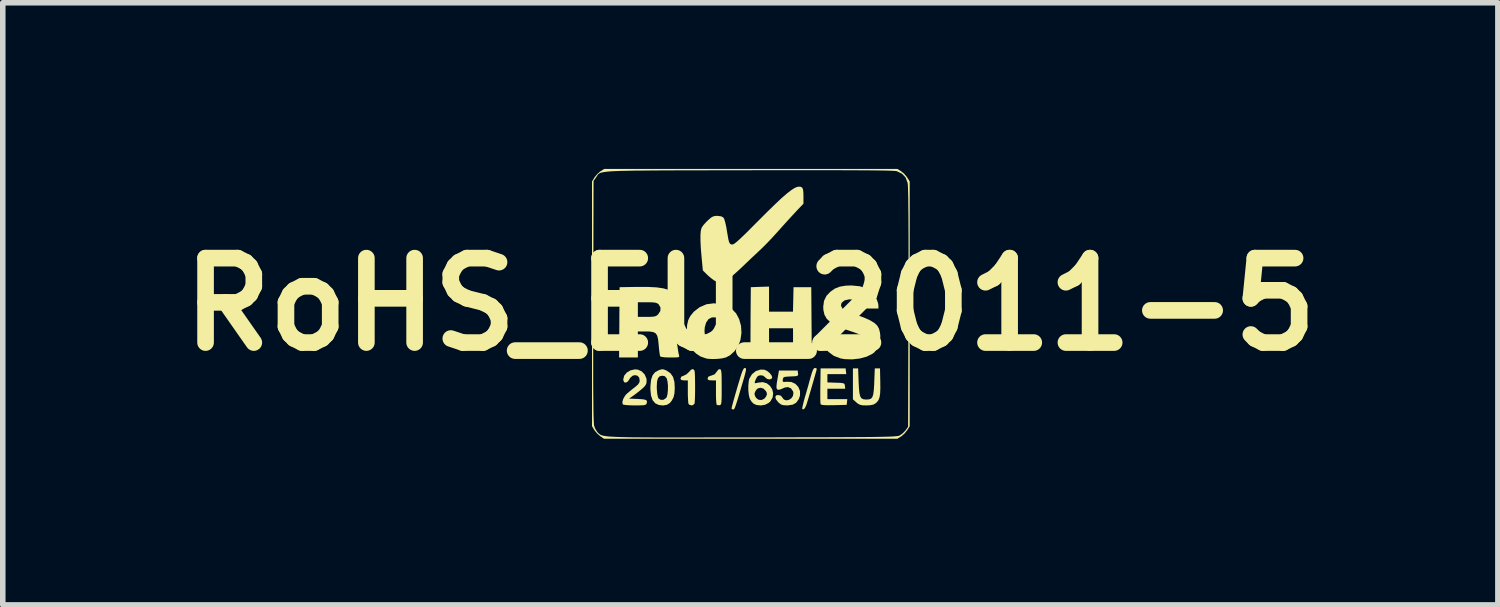
<source format=kicad_pcb>
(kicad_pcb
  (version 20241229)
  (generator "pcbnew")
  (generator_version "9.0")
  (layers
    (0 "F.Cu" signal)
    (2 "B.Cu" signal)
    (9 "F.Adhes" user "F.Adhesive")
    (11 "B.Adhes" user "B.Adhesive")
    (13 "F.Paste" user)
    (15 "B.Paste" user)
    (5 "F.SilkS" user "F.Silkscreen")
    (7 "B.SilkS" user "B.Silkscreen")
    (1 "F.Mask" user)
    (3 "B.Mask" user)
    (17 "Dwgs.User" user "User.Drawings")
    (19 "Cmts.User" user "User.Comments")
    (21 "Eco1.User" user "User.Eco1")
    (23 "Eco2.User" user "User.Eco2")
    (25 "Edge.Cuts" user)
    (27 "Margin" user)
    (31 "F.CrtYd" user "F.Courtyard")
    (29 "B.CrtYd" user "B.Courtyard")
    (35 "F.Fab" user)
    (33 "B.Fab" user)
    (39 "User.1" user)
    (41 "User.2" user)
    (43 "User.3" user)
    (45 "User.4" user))
  (footprint "RoHS_EU_2011-5"
    (layer "F.Cu")
    (at 10.494 2.444)
    (property "Reference" "RoHS_EU_2011-5" (at 0 0 0) (layer "F.SilkS") (effects (font (size 1.524 1.524) (thickness 0.3))))
    (attr board_only exclude_from_pos_files exclude_from_bom)
    (fp_poly (pts (xy 0.338 0.132) (xy 0.77 0.132) (xy 0.775 -0.089) (xy 0.78 -0.31) (xy 1.1 -0.31) (xy 1.105 0.324) (xy 1.11 0.959) (xy 0.771 0.959) (xy 0.771 0.432) (xy 0.338 0.432) (xy 0.338 0.959) (xy 0.178 0.959) (xy 0.088 0.957) (xy 0.033 0.949) (xy 0.009 0.937) (xy 0.009 0.935) (xy 0.006 0.911) (xy 0.005 0.854) (xy 0.004 0.769) (xy 0.003 0.66) (xy 0.003 0.532) (xy 0.004 0.39) (xy 0.004 0.301) (xy 0.009 -0.31) (xy 0.174 -0.316) (xy 0.338 -0.321)) (stroke (width 0) (type solid)) (fill yes) (layer "F.SilkS"))
    (fp_poly (pts (xy 1.197 1.157) (xy 1.197 1.18) (xy 1.174 1.26) (xy 1.147 1.356) (xy 1.117 1.46) (xy 1.087 1.563) (xy 1.059 1.659) (xy 1.035 1.74) (xy 1.017 1.799) (xy 1.009 1.822) (xy 0.984 1.874) (xy 0.957 1.896) (xy 0.937 1.89) (xy 0.938 1.868) (xy 0.948 1.819) (xy 0.965 1.75) (xy 0.982 1.687) (xy 1.013 1.581) (xy 1.046 1.465) (xy 1.076 1.356) (xy 1.086 1.321) (xy 1.11 1.238) (xy 1.13 1.185) (xy 1.147 1.157) (xy 1.166 1.147) (xy 1.17 1.147)) (stroke (width 0) (type solid)) (fill yes) (layer "F.SilkS"))
    (fp_poly (pts (xy -0.086 1.15) (xy -0.079 1.163) (xy -0.079 1.191) (xy -0.09 1.239) (xy -0.11 1.314) (xy -0.133 1.393) (xy -0.177 1.541) (xy -0.211 1.657) (xy -0.238 1.745) (xy -0.259 1.809) (xy -0.274 1.852) (xy -0.286 1.879) (xy -0.296 1.893) (xy -0.305 1.898) (xy -0.311 1.899) (xy -0.335 1.888) (xy -0.338 1.878) (xy -0.333 1.851) (xy -0.318 1.793) (xy -0.295 1.709) (xy -0.265 1.604) (xy -0.23 1.482) (xy -0.19 1.349) (xy -0.176 1.302) (xy -0.147 1.216) (xy -0.122 1.164) (xy -0.102 1.147)) (stroke (width 0) (type solid)) (fill yes) (layer "F.SilkS"))
    (fp_poly (pts (xy 1.726 1.208) (xy 1.732 1.26) (xy 1.391 1.26) (xy 1.391 1.409) (xy 1.546 1.414) (xy 1.622 1.417) (xy 1.669 1.422) (xy 1.693 1.431) (xy 1.704 1.447) (xy 1.707 1.471) (xy 1.713 1.523) (xy 1.391 1.523) (xy 1.391 1.711) (xy 1.751 1.711) (xy 1.745 1.763) (xy 1.739 1.814) (xy 1.508 1.82) (xy 1.406 1.821) (xy 1.336 1.819) (xy 1.293 1.814) (xy 1.272 1.805) (xy 1.268 1.8) (xy 1.265 1.774) (xy 1.263 1.717) (xy 1.263 1.636) (xy 1.263 1.538) (xy 1.264 1.466) (xy 1.269 1.156) (xy 1.72 1.156)) (stroke (width 0) (type solid)) (fill yes) (layer "F.SilkS"))
    (fp_poly (pts (xy -1.009 1.192) (xy -1.008 1.195) (xy -1.003 1.226) (xy -1 1.286) (xy -0.998 1.366) (xy -0.997 1.458) (xy -0.997 1.553) (xy -0.998 1.643) (xy -1.001 1.719) (xy -1.004 1.773) (xy -1.008 1.794) (xy -1.034 1.817) (xy -1.062 1.824) (xy -1.101 1.812) (xy -1.117 1.794) (xy -1.121 1.763) (xy -1.125 1.705) (xy -1.128 1.627) (xy -1.128 1.568) (xy -1.128 1.372) (xy -1.194 1.372) (xy -1.239 1.368) (xy -1.258 1.351) (xy -1.26 1.336) (xy -1.244 1.304) (xy -1.204 1.288) (xy -1.154 1.264) (xy -1.11 1.223) (xy -1.108 1.221) (xy -1.068 1.178) (xy -1.034 1.168)) (stroke (width 0) (type solid)) (fill yes) (layer "F.SilkS"))
    (fp_poly (pts (xy -0.537 1.175) (xy -0.529 1.191) (xy -0.523 1.221) (xy -0.519 1.271) (xy -0.518 1.347) (xy -0.517 1.454) (xy -0.517 1.495) (xy -0.517 1.611) (xy -0.518 1.696) (xy -0.521 1.753) (xy -0.525 1.789) (xy -0.533 1.808) (xy -0.543 1.817) (xy -0.555 1.82) (xy -0.593 1.819) (xy -0.607 1.812) (xy -0.612 1.789) (xy -0.617 1.736) (xy -0.62 1.662) (xy -0.62 1.586) (xy -0.62 1.372) (xy -0.696 1.372) (xy -0.745 1.369) (xy -0.767 1.356) (xy -0.771 1.336) (xy -0.759 1.307) (xy -0.72 1.29) (xy -0.704 1.286) (xy -0.645 1.263) (xy -0.609 1.219) (xy -0.578 1.178) (xy -0.549 1.169)) (stroke (width 0) (type solid)) (fill yes) (layer "F.SilkS"))
    (fp_poly (pts (xy 1.955 1.405) (xy 1.961 1.521) (xy 1.97 1.604) (xy 1.984 1.661) (xy 2.005 1.695) (xy 2.037 1.712) (xy 2.081 1.718) (xy 2.096 1.718) (xy 2.144 1.715) (xy 2.179 1.702) (xy 2.203 1.673) (xy 2.219 1.624) (xy 2.229 1.549) (xy 2.236 1.443) (xy 2.237 1.405) (xy 2.247 1.156) (xy 2.341 1.156) (xy 2.346 1.4) (xy 2.347 1.521) (xy 2.343 1.612) (xy 2.332 1.678) (xy 2.314 1.727) (xy 2.286 1.764) (xy 2.26 1.787) (xy 2.219 1.81) (xy 2.162 1.821) (xy 2.094 1.824) (xy 2.024 1.822) (xy 1.978 1.812) (xy 1.94 1.791) (xy 1.913 1.769) (xy 1.852 1.714) (xy 1.852 1.156) (xy 1.946 1.156)) (stroke (width 0) (type solid)) (fill yes) (layer "F.SilkS"))
    (fp_poly (pts (xy -1.561 1.175) (xy -1.511 1.196) (xy -1.51 1.196) (xy -1.441 1.244) (xy -1.395 1.31) (xy -1.37 1.4) (xy -1.364 1.504) (xy -1.369 1.602) (xy -1.385 1.675) (xy -1.417 1.736) (xy -1.453 1.781) (xy -1.505 1.813) (xy -1.575 1.825) (xy -1.649 1.817) (xy -1.712 1.789) (xy -1.717 1.785) (xy -1.765 1.728) (xy -1.793 1.643) (xy -1.804 1.53) (xy -1.803 1.485) (xy -1.689 1.485) (xy -1.688 1.525) (xy -1.681 1.611) (xy -1.668 1.674) (xy -1.656 1.7) (xy -1.614 1.725) (xy -1.565 1.721) (xy -1.522 1.692) (xy -1.509 1.673) (xy -1.495 1.621) (xy -1.488 1.547) (xy -1.487 1.465) (xy -1.495 1.39) (xy -1.509 1.336) (xy -1.51 1.335) (xy -1.543 1.297) (xy -1.589 1.288) (xy -1.636 1.298) (xy -1.667 1.332) (xy -1.684 1.393) (xy -1.689 1.485) (xy -1.803 1.485) (xy -1.802 1.461) (xy -1.79 1.355) (xy -1.763 1.279) (xy -1.719 1.225) (xy -1.653 1.189) (xy -1.649 1.187) (xy -1.601 1.172)) (stroke (width 0) (type solid)) (fill yes) (layer "F.SilkS"))
    (fp_poly (pts (xy -2.03 1.178) (xy -1.96 1.21) (xy -1.906 1.267) (xy -1.875 1.34) (xy -1.872 1.375) (xy -1.876 1.425) (xy -1.894 1.463) (xy -1.932 1.505) (xy -1.949 1.52) (xy -2.013 1.573) (xy -2.083 1.627) (xy -2.108 1.645) (xy -2.19 1.701) (xy -2.04 1.707) (xy -1.953 1.712) (xy -1.899 1.721) (xy -1.871 1.736) (xy -1.865 1.76) (xy -1.87 1.784) (xy -1.878 1.802) (xy -1.894 1.813) (xy -1.924 1.82) (xy -1.975 1.823) (xy -2.055 1.824) (xy -2.087 1.824) (xy -2.178 1.822) (xy -2.248 1.817) (xy -2.292 1.81) (xy -2.303 1.804) (xy -2.31 1.763) (xy -2.294 1.707) (xy -2.261 1.649) (xy -2.231 1.615) (xy -2.179 1.571) (xy -2.116 1.52) (xy -2.087 1.498) (xy -2.031 1.451) (xy -2.003 1.409) (xy -1.997 1.379) (xy -2.005 1.324) (xy -2.036 1.289) (xy -2.08 1.277) (xy -2.127 1.289) (xy -2.169 1.327) (xy -2.181 1.349) (xy -2.213 1.394) (xy -2.248 1.413) (xy -2.277 1.405) (xy -2.293 1.369) (xy -2.294 1.356) (xy -2.277 1.288) (xy -2.231 1.232) (xy -2.164 1.192) (xy -2.086 1.174)) (stroke (width 0) (type solid)) (fill yes) (layer "F.SilkS"))
    (fp_poly (pts (xy -0.555 -0.008) (xy -0.449 0.022) (xy -0.357 0.066) (xy -0.333 0.083) (xy -0.256 0.164) (xy -0.201 0.268) (xy -0.168 0.388) (xy -0.16 0.515) (xy -0.178 0.641) (xy -0.213 0.738) (xy -0.281 0.841) (xy -0.367 0.92) (xy -0.44 0.958) (xy -0.505 0.974) (xy -0.591 0.984) (xy -0.682 0.987) (xy -0.762 0.983) (xy -0.795 0.977) (xy -0.897 0.942) (xy -0.979 0.888) (xy -1.039 0.83) (xy -1.093 0.756) (xy -1.127 0.673) (xy -1.144 0.571) (xy -1.147 0.489) (xy -1.146 0.485) (xy -0.827 0.485) (xy -0.817 0.594) (xy -0.787 0.674) (xy -0.737 0.723) (xy -0.736 0.724) (xy -0.684 0.747) (xy -0.64 0.748) (xy -0.594 0.734) (xy -0.54 0.694) (xy -0.505 0.622) (xy -0.49 0.52) (xy -0.489 0.485) (xy -0.499 0.378) (xy -0.53 0.298) (xy -0.58 0.249) (xy -0.616 0.236) (xy -0.693 0.235) (xy -0.754 0.266) (xy -0.798 0.328) (xy -0.823 0.417) (xy -0.827 0.485) (xy -1.146 0.485) (xy -1.141 0.375) (xy -1.121 0.286) (xy -1.084 0.211) (xy -1.024 0.138) (xy -1.019 0.132) (xy -0.913 0.05) (xy -0.79 -0.002) (xy -0.659 -0.019)) (stroke (width 0) (type solid)) (fill yes) (layer "F.SilkS"))
    (fp_poly (pts (xy 0.861 1.245) (xy 0.863 1.271) (xy 0.855 1.286) (xy 0.83 1.295) (xy 0.781 1.299) (xy 0.73 1.301) (xy 0.659 1.305) (xy 0.617 1.31) (xy 0.597 1.322) (xy 0.589 1.341) (xy 0.586 1.357) (xy 0.585 1.389) (xy 0.599 1.401) (xy 0.636 1.399) (xy 0.654 1.397) (xy 0.741 1.401) (xy 0.814 1.435) (xy 0.867 1.492) (xy 0.897 1.565) (xy 0.897 1.646) (xy 0.874 1.711) (xy 0.829 1.774) (xy 0.767 1.81) (xy 0.682 1.823) (xy 0.662 1.824) (xy 0.597 1.82) (xy 0.553 1.807) (xy 0.515 1.777) (xy 0.506 1.769) (xy 0.464 1.716) (xy 0.451 1.673) (xy 0.466 1.644) (xy 0.503 1.636) (xy 0.552 1.649) (xy 0.574 1.678) (xy 0.607 1.719) (xy 0.651 1.733) (xy 0.699 1.723) (xy 0.741 1.695) (xy 0.77 1.652) (xy 0.778 1.599) (xy 0.771 1.57) (xy 0.734 1.516) (xy 0.679 1.493) (xy 0.618 1.502) (xy 0.602 1.51) (xy 0.553 1.532) (xy 0.509 1.542) (xy 0.488 1.537) (xy 0.475 1.519) (xy 0.472 1.483) (xy 0.478 1.421) (xy 0.493 1.33) (xy 0.496 1.316) (xy 0.517 1.194) (xy 0.855 1.194)) (stroke (width 0) (type solid)) (fill yes) (layer "F.SilkS"))
    (fp_poly (pts (xy 0.251 1.179) (xy 0.302 1.201) (xy 0.35 1.24) (xy 0.385 1.286) (xy 0.395 1.319) (xy 0.38 1.345) (xy 0.346 1.355) (xy 0.306 1.347) (xy 0.272 1.322) (xy 0.268 1.316) (xy 0.229 1.286) (xy 0.177 1.28) (xy 0.137 1.293) (xy 0.118 1.317) (xy 0.097 1.356) (xy 0.082 1.395) (xy 0.08 1.42) (xy 0.081 1.422) (xy 0.101 1.422) (xy 0.142 1.412) (xy 0.144 1.412) (xy 0.227 1.404) (xy 0.299 1.426) (xy 0.356 1.472) (xy 0.395 1.533) (xy 0.412 1.604) (xy 0.403 1.678) (xy 0.365 1.747) (xy 0.336 1.776) (xy 0.27 1.811) (xy 0.189 1.825) (xy 0.11 1.816) (xy 0.059 1.793) (xy 0.021 1.754) (xy -0.01 1.702) (xy -0.011 1.7) (xy -0.027 1.636) (xy -0.029 1.617) (xy 0.075 1.617) (xy 0.085 1.654) (xy 0.105 1.689) (xy 0.148 1.722) (xy 0.201 1.727) (xy 0.252 1.704) (xy 0.281 1.669) (xy 0.3 1.628) (xy 0.296 1.594) (xy 0.281 1.565) (xy 0.24 1.522) (xy 0.188 1.505) (xy 0.136 1.517) (xy 0.105 1.545) (xy 0.083 1.587) (xy 0.075 1.617) (xy -0.029 1.617) (xy -0.036 1.552) (xy -0.036 1.462) (xy -0.028 1.382) (xy -0.018 1.341) (xy 0.03 1.261) (xy 0.099 1.205) (xy 0.182 1.178)) (stroke (width 0) (type solid)) (fill yes) (layer "F.SilkS"))
    (fp_poly (pts (xy -1.852 -0.315) (xy -1.695 -0.307) (xy -1.57 -0.289) (xy -1.473 -0.261) (xy -1.4 -0.221) (xy -1.35 -0.168) (xy -1.318 -0.101) (xy -1.302 -0.017) (xy -1.301 -0.002) (xy -1.303 0.116) (xy -1.331 0.209) (xy -1.385 0.282) (xy -1.401 0.297) (xy -1.465 0.349) (xy -1.41 0.401) (xy -1.387 0.424) (xy -1.37 0.448) (xy -1.357 0.479) (xy -1.346 0.525) (xy -1.336 0.591) (xy -1.324 0.686) (xy -1.32 0.724) (xy -1.309 0.801) (xy -1.299 0.867) (xy -1.289 0.912) (xy -1.288 0.917) (xy -1.283 0.937) (xy -1.288 0.949) (xy -1.31 0.956) (xy -1.355 0.958) (xy -1.43 0.959) (xy -1.444 0.959) (xy -1.532 0.957) (xy -1.594 0.95) (xy -1.626 0.94) (xy -1.628 0.938) (xy -1.634 0.911) (xy -1.642 0.856) (xy -1.65 0.783) (xy -1.654 0.738) (xy -1.664 0.636) (xy -1.68 0.567) (xy -1.707 0.524) (xy -1.752 0.5) (xy -1.819 0.49) (xy -1.892 0.489) (xy -2.03 0.489) (xy -2.03 0.959) (xy -2.369 0.959) (xy -2.364 0.324) (xy -2.364 0.226) (xy -2.03 0.226) (xy -1.87 0.226) (xy -1.79 0.225) (xy -1.737 0.22) (xy -1.703 0.21) (xy -1.676 0.192) (xy -1.663 0.179) (xy -1.625 0.121) (xy -1.621 0.059) (xy -1.652 0.003) (xy -1.654 0) (xy -1.678 -0.018) (xy -1.711 -0.03) (xy -1.76 -0.036) (xy -1.836 -0.038) (xy -1.861 -0.038) (xy -2.03 -0.038) (xy -2.03 0.226) (xy -2.364 0.226) (xy -2.36 -0.31) (xy -2.042 -0.315)) (stroke (width 0) (type solid)) (fill yes) (layer "F.SilkS"))
    (fp_poly (pts (xy 0.914 -2.121) (xy 0.938 -2.105) (xy 0.952 -2.07) (xy 0.958 -2.01) (xy 0.959 -1.941) (xy 0.959 -1.817) (xy 0.841 -1.694) (xy 0.787 -1.635) (xy 0.715 -1.557) (xy 0.634 -1.468) (xy 0.551 -1.376) (xy 0.513 -1.333) (xy 0.434 -1.246) (xy 0.355 -1.161) (xy 0.283 -1.086) (xy 0.225 -1.028) (xy 0.202 -1.006) (xy 0.153 -0.96) (xy 0.084 -0.895) (xy 0.004 -0.82) (xy -0.08 -0.74) (xy -0.113 -0.708) (xy -0.228 -0.6) (xy -0.321 -0.517) (xy -0.397 -0.457) (xy -0.458 -0.417) (xy -0.51 -0.397) (xy -0.557 -0.394) (xy -0.601 -0.405) (xy -0.648 -0.429) (xy -0.653 -0.432) (xy -0.702 -0.468) (xy -0.759 -0.516) (xy -0.785 -0.541) (xy -0.857 -0.613) (xy -0.88 -0.856) (xy -0.894 -1.021) (xy -0.9 -1.152) (xy -0.9 -1.253) (xy -0.894 -1.328) (xy -0.88 -1.379) (xy -0.876 -1.388) (xy -0.847 -1.43) (xy -0.801 -1.482) (xy -0.763 -1.519) (xy -0.71 -1.565) (xy -0.667 -1.589) (xy -0.621 -1.597) (xy -0.596 -1.598) (xy -0.522 -1.588) (xy -0.484 -1.565) (xy -0.468 -1.532) (xy -0.451 -1.472) (xy -0.433 -1.391) (xy -0.425 -1.34) (xy -0.408 -1.241) (xy -0.396 -1.172) (xy -0.384 -1.128) (xy -0.372 -1.102) (xy -0.357 -1.088) (xy -0.345 -1.082) (xy -0.329 -1.08) (xy -0.31 -1.084) (xy -0.285 -1.098) (xy -0.25 -1.125) (xy -0.203 -1.166) (xy -0.141 -1.225) (xy -0.061 -1.302) (xy 0.039 -1.403) (xy 0.16 -1.524) (xy 0.315 -1.679) (xy 0.448 -1.808) (xy 0.559 -1.913) (xy 0.652 -1.994) (xy 0.728 -2.054) (xy 0.79 -2.095) (xy 0.838 -2.118) (xy 0.875 -2.125)) (stroke (width 0) (type solid)) (fill yes) (layer "F.SilkS"))
    (fp_poly (pts (xy 1.975 -0.327) (xy 2.1 -0.285) (xy 2.197 -0.22) (xy 2.244 -0.162) (xy 2.283 -0.088) (xy 2.308 -0.013) (xy 2.312 0.024) (xy 2.313 0.075) (xy 2.153 0.075) (xy 2.074 0.074) (xy 2.026 0.071) (xy 2.002 0.063) (xy 1.993 0.049) (xy 1.992 0.042) (xy 1.974 -0.014) (xy 1.929 -0.057) (xy 1.865 -0.083) (xy 1.791 -0.091) (xy 1.716 -0.076) (xy 1.691 -0.065) (xy 1.647 -0.026) (xy 1.636 0.022) (xy 1.66 0.071) (xy 1.669 0.081) (xy 1.699 0.099) (xy 1.757 0.125) (xy 1.834 0.157) (xy 1.923 0.191) (xy 1.936 0.196) (xy 2.069 0.246) (xy 2.169 0.292) (xy 2.242 0.337) (xy 2.292 0.385) (xy 2.323 0.441) (xy 2.34 0.508) (xy 2.347 0.57) (xy 2.34 0.691) (xy 2.303 0.79) (xy 2.234 0.87) (xy 2.199 0.895) (xy 2.098 0.945) (xy 1.974 0.978) (xy 1.839 0.993) (xy 1.706 0.989) (xy 1.63 0.976) (xy 1.508 0.93) (xy 1.41 0.857) (xy 1.34 0.759) (xy 1.3 0.639) (xy 1.293 0.592) (xy 1.288 0.536) (xy 1.592 0.525) (xy 1.614 0.601) (xy 1.648 0.672) (xy 1.701 0.716) (xy 1.78 0.738) (xy 1.844 0.742) (xy 1.936 0.732) (xy 1.997 0.703) (xy 2.028 0.656) (xy 2.025 0.593) (xy 2.019 0.575) (xy 1.996 0.555) (xy 1.941 0.53) (xy 1.86 0.5) (xy 1.817 0.486) (xy 1.659 0.433) (xy 1.536 0.379) (xy 1.444 0.322) (xy 1.379 0.259) (xy 1.338 0.187) (xy 1.319 0.102) (xy 1.316 0.045) (xy 1.33 -0.062) (xy 1.374 -0.153) (xy 1.445 -0.228) (xy 1.526 -0.285) (xy 1.616 -0.32) (xy 1.726 -0.338) (xy 1.827 -0.341)) (stroke (width 0) (type solid)) (fill yes) (layer "F.SilkS"))
    (fp_poly (pts (xy 2.72 -2.404) (xy 2.773 -2.362) (xy 2.821 -2.306) (xy 2.831 -2.292) (xy 2.877 -2.219) (xy 2.877 2.2) (xy 2.831 2.273) (xy 2.786 2.329) (xy 2.733 2.377) (xy 2.72 2.385) (xy 2.656 2.425) (xy -2.642 2.425) (xy -2.71 2.379) (xy -2.765 2.332) (xy -2.812 2.275) (xy -2.818 2.265) (xy -2.858 2.198) (xy -2.858 0.919) (xy -2.836 0.919) (xy -2.836 1.175) (xy -2.836 1.4) (xy -2.835 1.593) (xy -2.833 1.757) (xy -2.832 1.893) (xy -2.83 2.002) (xy -2.827 2.085) (xy -2.824 2.145) (xy -2.821 2.182) (xy -2.819 2.194) (xy -2.795 2.254) (xy -2.762 2.304) (xy -2.754 2.313) (xy -2.741 2.326) (xy -2.728 2.337) (xy -2.715 2.347) (xy -2.698 2.357) (xy -2.677 2.365) (xy -2.649 2.372) (xy -2.613 2.378) (xy -2.566 2.384) (xy -2.506 2.388) (xy -2.433 2.392) (xy -2.343 2.395) (xy -2.236 2.398) (xy -2.109 2.4) (xy -1.96 2.401) (xy -1.787 2.402) (xy -1.589 2.403) (xy -1.364 2.403) (xy -1.109 2.403) (xy -0.824 2.402) (xy -0.505 2.402) (xy -0.152 2.401) (xy 0.038 2.401) (xy 0.404 2.401) (xy 0.734 2.4) (xy 1.03 2.399) (xy 1.295 2.399) (xy 1.529 2.398) (xy 1.736 2.397) (xy 1.915 2.396) (xy 2.071 2.395) (xy 2.204 2.394) (xy 2.316 2.392) (xy 2.409 2.39) (xy 2.485 2.388) (xy 2.546 2.386) (xy 2.594 2.383) (xy 2.631 2.38) (xy 2.658 2.377) (xy 2.678 2.373) (xy 2.691 2.369) (xy 2.701 2.364) (xy 2.753 2.326) (xy 2.801 2.276) (xy 2.805 2.27) (xy 2.848 2.209) (xy 2.854 0.056) (xy 2.855 -0.309) (xy 2.856 -0.639) (xy 2.856 -0.933) (xy 2.856 -1.193) (xy 2.855 -1.421) (xy 2.854 -1.617) (xy 2.852 -1.782) (xy 2.851 -1.918) (xy 2.848 -2.026) (xy 2.846 -2.107) (xy 2.843 -2.162) (xy 2.839 -2.193) (xy 2.839 -2.194) (xy 2.803 -2.289) (xy 2.74 -2.357) (xy 2.648 -2.402) (xy 2.633 -2.406) (xy 2.603 -2.409) (xy 2.54 -2.412) (xy 2.442 -2.415) (xy 2.309 -2.417) (xy 2.14 -2.419) (xy 1.937 -2.42) (xy 1.697 -2.421) (xy 1.422 -2.422) (xy 1.11 -2.422) (xy 0.762 -2.422) (xy 0.376 -2.422) (xy -0.031 -2.421) (xy -0.401 -2.42) (xy -0.735 -2.42) (xy -1.036 -2.419) (xy -1.304 -2.419) (xy -1.542 -2.418) (xy -1.752 -2.417) (xy -1.935 -2.415) (xy -2.094 -2.414) (xy -2.23 -2.411) (xy -2.345 -2.409) (xy -2.441 -2.405) (xy -2.521 -2.401) (xy -2.585 -2.395) (xy -2.635 -2.389) (xy -2.674 -2.382) (xy -2.704 -2.374) (xy -2.725 -2.364) (xy -2.741 -2.353) (xy -2.753 -2.341) (xy -2.762 -2.327) (xy -2.771 -2.312) (xy -2.782 -2.295) (xy -2.786 -2.289) (xy -2.83 -2.228) (xy -2.835 -0.056) (xy -2.836 0.305) (xy -2.836 0.629) (xy -2.836 0.919) (xy -2.858 0.919) (xy -2.858 -2.219) (xy -2.812 -2.292) (xy -2.767 -2.348) (xy -2.714 -2.396) (xy -2.702 -2.404) (xy -2.637 -2.444) (xy 2.656 -2.444)) (stroke (width 0) (type solid)) (fill yes) (layer "F.SilkS")))
  (gr_rect
    (start -3 -3)
    (end 23.988 7.869)
    (stroke (width 0.1) (type default))
    (fill no)
    (layer "Edge.Cuts")))
</source>
